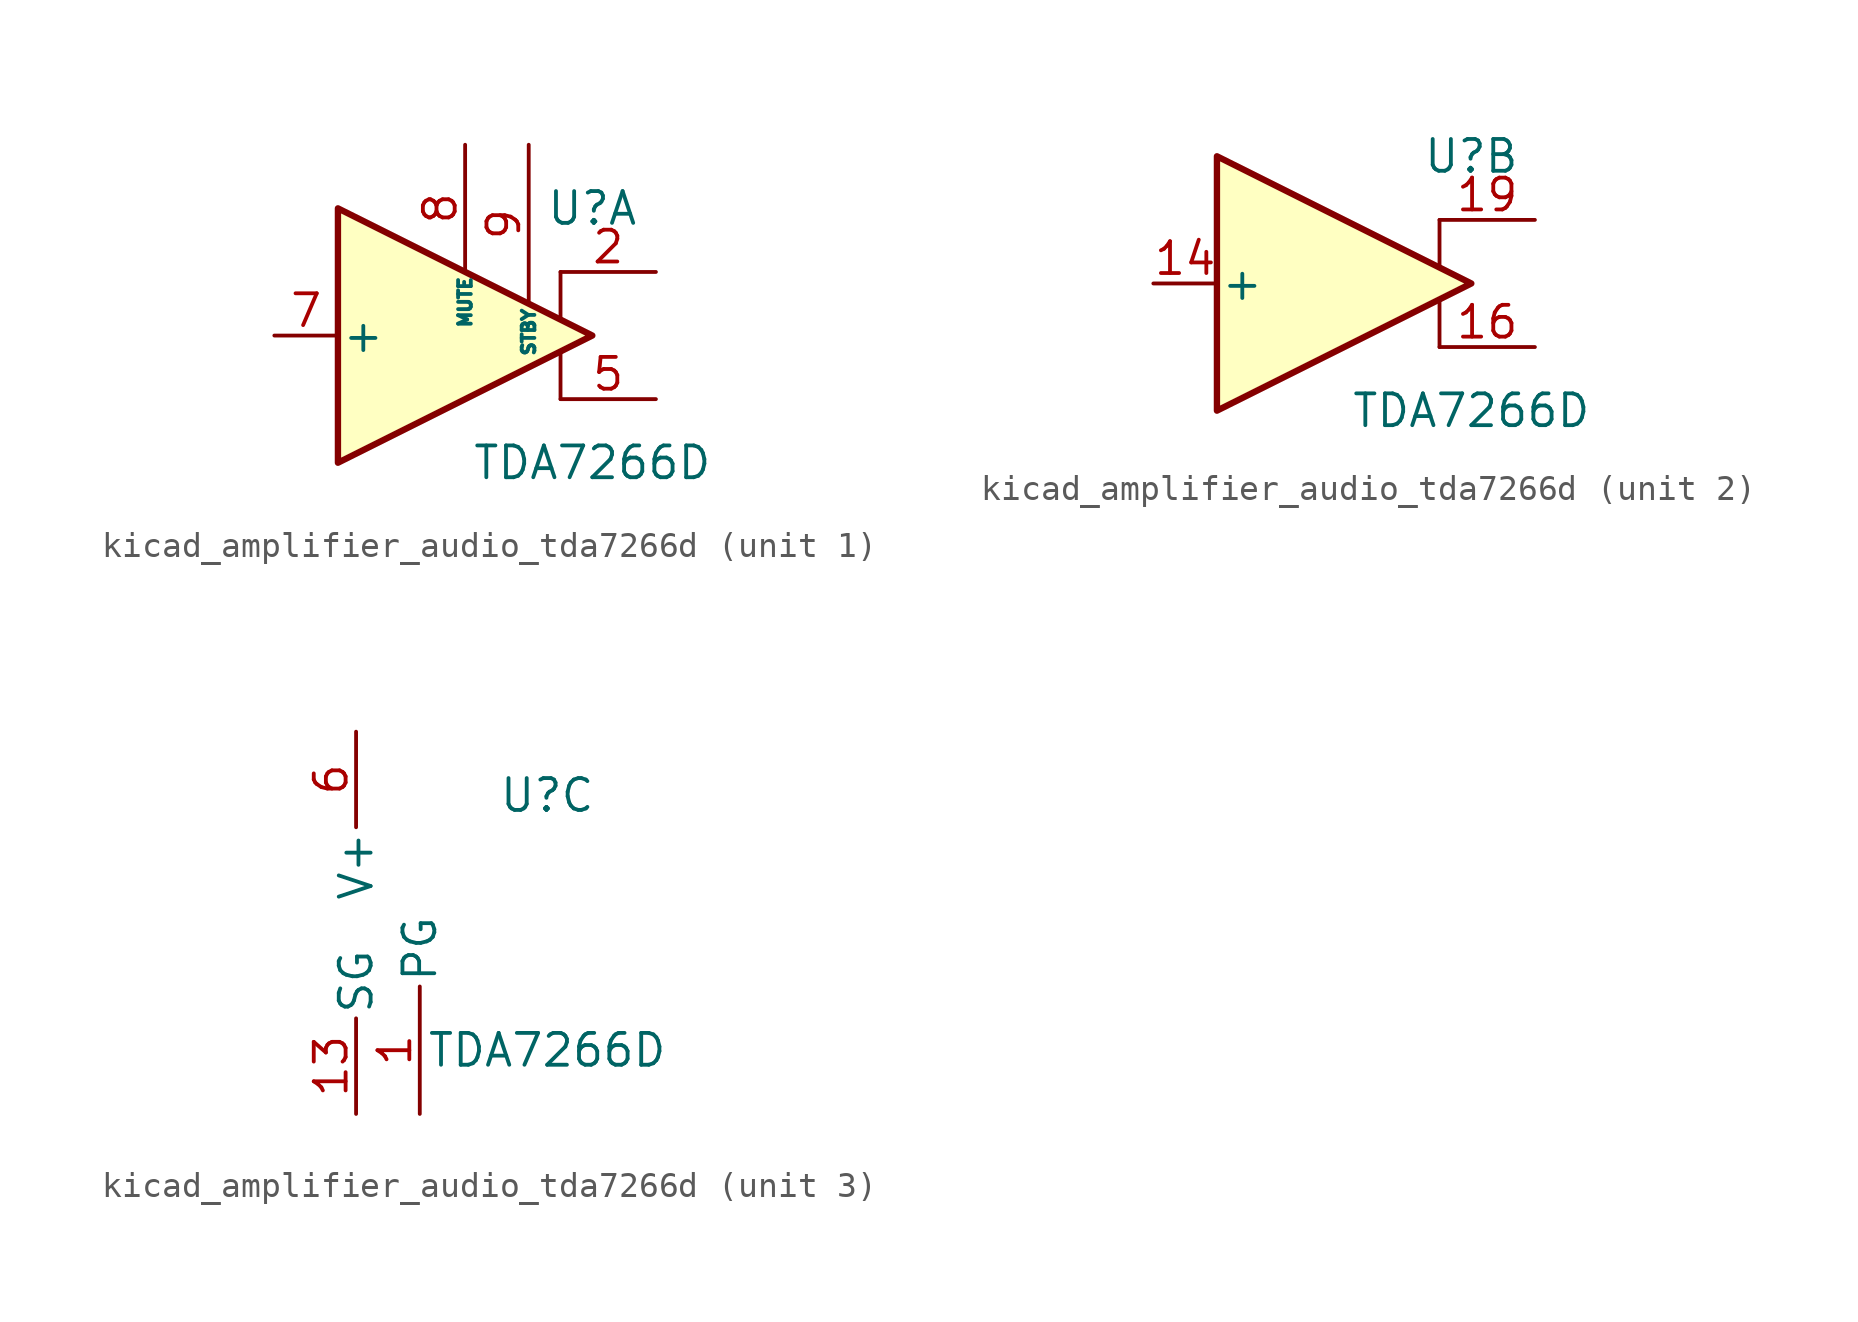
<source format=kicad_sym>
(kicad_symbol_lib
  (version 20220914)
  (generator kicad_symbol_editor)
  (symbol "kicad_amplifier_audio_tda7266d"
    (pin_names
      (offset 0.127))
    (property "Reference" "U"
      (at 5.08 5.08 0)
      (effects (font (size 1.27 1.27))))
    (property "Value" "TDA7266D"
      (at 5.08 -5.08 0)
      (effects (font (size 1.27 1.27))))
    (property "ki_locked" ""
      (at 0 0 0)
      (effects (font (size 1.27 1.27))))
    (symbol "kicad_amplifier_audio_tda7266d_1_1"
      (polyline (pts (xy 3.81 -0.635) (xy 3.81 -2.54)) (stroke (width 0) (type default)) (fill (type none)))
      (polyline (pts (xy 3.81 2.54) (xy 3.81 0.635)) (stroke (width 0) (type default)) (fill (type none)))
      (polyline (pts (xy 5.08 0) (xy -5.08 5.08) (xy -5.08 -5.08) (xy 5.08 0)) (stroke (width 0.254) (type default)) (fill (type background)))
      (pin no_connect line (at -2.54 3.81 270) (length 2.54) hide (name "NC" (effects (font (size 1.27 1.27)))) (number "12" (effects (font (size 1.27 1.27)))))
      (pin no_connect line (at -5.08 -5.08 90) (length 2.54) hide (name "NC" (effects (font (size 1.27 1.27)))) (number "17" (effects (font (size 1.27 1.27)))))
      (pin no_connect line (at 0 -2.54 90) (length 2.54) hide (name "NC" (effects (font (size 1.27 1.27)))) (number "18" (effects (font (size 1.27 1.27)))))
      (pin output line (at 7.62 2.54 180) (length 3.81) (name "~" (effects (font (size 1.27 1.27)))) (number "2" (effects (font (size 1.27 1.27)))))
      (pin no_connect line (at -5.08 5.08 270) (length 2.54) hide (name "NC" (effects (font (size 1.27 1.27)))) (number "3" (effects (font (size 1.27 1.27)))))
      (pin no_connect line (at 0 2.54 270) (length 2.54) hide (name "NC" (effects (font (size 1.27 1.27)))) (number "4" (effects (font (size 1.27 1.27)))))
      (pin output line (at 7.62 -2.54 180) (length 3.81) (name "~" (effects (font (size 1.27 1.27)))) (number "5" (effects (font (size 1.27 1.27)))))
      (pin input line (at -7.62 0 0) (length 2.54) (name "+" (effects (font (size 1.27 1.27)))) (number "7" (effects (font (size 1.27 1.27)))))
      (pin input line (at 0 7.62 270) (length 5.08) (name "MUTE" (effects (font (size 0.508 0.508)))) (number "8" (effects (font (size 1.27 1.27)))))
      (pin input line (at 2.54 7.62 270) (length 6.35) (name "STBY" (effects (font (size 0.508 0.508)))) (number "9" (effects (font (size 1.27 1.27))))))
    (symbol "kicad_amplifier_audio_tda7266d_2_1"
      (polyline (pts (xy 3.81 -0.635) (xy 3.81 -2.54)) (stroke (width 0) (type default)) (fill (type none)))
      (polyline (pts (xy 3.81 2.54) (xy 3.81 0.635)) (stroke (width 0) (type default)) (fill (type none)))
      (polyline (pts (xy 5.08 0) (xy -5.08 5.08) (xy -5.08 -5.08) (xy 5.08 0)) (stroke (width 0.254) (type default)) (fill (type background)))
      (pin input line (at -7.62 0 0) (length 2.54) (name "+" (effects (font (size 1.27 1.27)))) (number "14" (effects (font (size 1.27 1.27)))))
      (pin output line (at 7.62 -2.54 180) (length 3.81) (name "~" (effects (font (size 1.27 1.27)))) (number "16" (effects (font (size 1.27 1.27)))))
      (pin output line (at 7.62 2.54 180) (length 3.81) (name "~" (effects (font (size 1.27 1.27)))) (number "19" (effects (font (size 1.27 1.27))))))
    (symbol "kicad_amplifier_audio_tda7266d_3_1"
      (pin power_in line (at 0 -7.62 90) (length 5.08) (name "PG" (effects (font (size 1.27 1.27)))) (number "1" (effects (font (size 1.27 1.27)))))
      (pin passive line (at 0 -7.62 90) (length 5.08) hide (name "PG" (effects (font (size 1.27 1.27)))) (number "10" (effects (font (size 1.27 1.27)))))
      (pin passive line (at 0 -7.62 90) (length 5.08) hide (name "PG" (effects (font (size 1.27 1.27)))) (number "11" (effects (font (size 1.27 1.27)))))
      (pin power_in line (at -2.54 -7.62 90) (length 3.81) (name "SG" (effects (font (size 1.27 1.27)))) (number "13" (effects (font (size 1.27 1.27)))))
      (pin passive line (at -2.54 7.62 270) (length 3.81) hide (name "V+" (effects (font (size 1.27 1.27)))) (number "15" (effects (font (size 1.27 1.27)))))
      (pin passive line (at 0 -7.62 90) (length 5.08) hide (name "PG" (effects (font (size 1.27 1.27)))) (number "20" (effects (font (size 1.27 1.27)))))
      (pin power_in line (at -2.54 7.62 270) (length 3.81) (name "V+" (effects (font (size 1.27 1.27)))) (number "6" (effects (font (size 1.27 1.27))))))))
</source>
